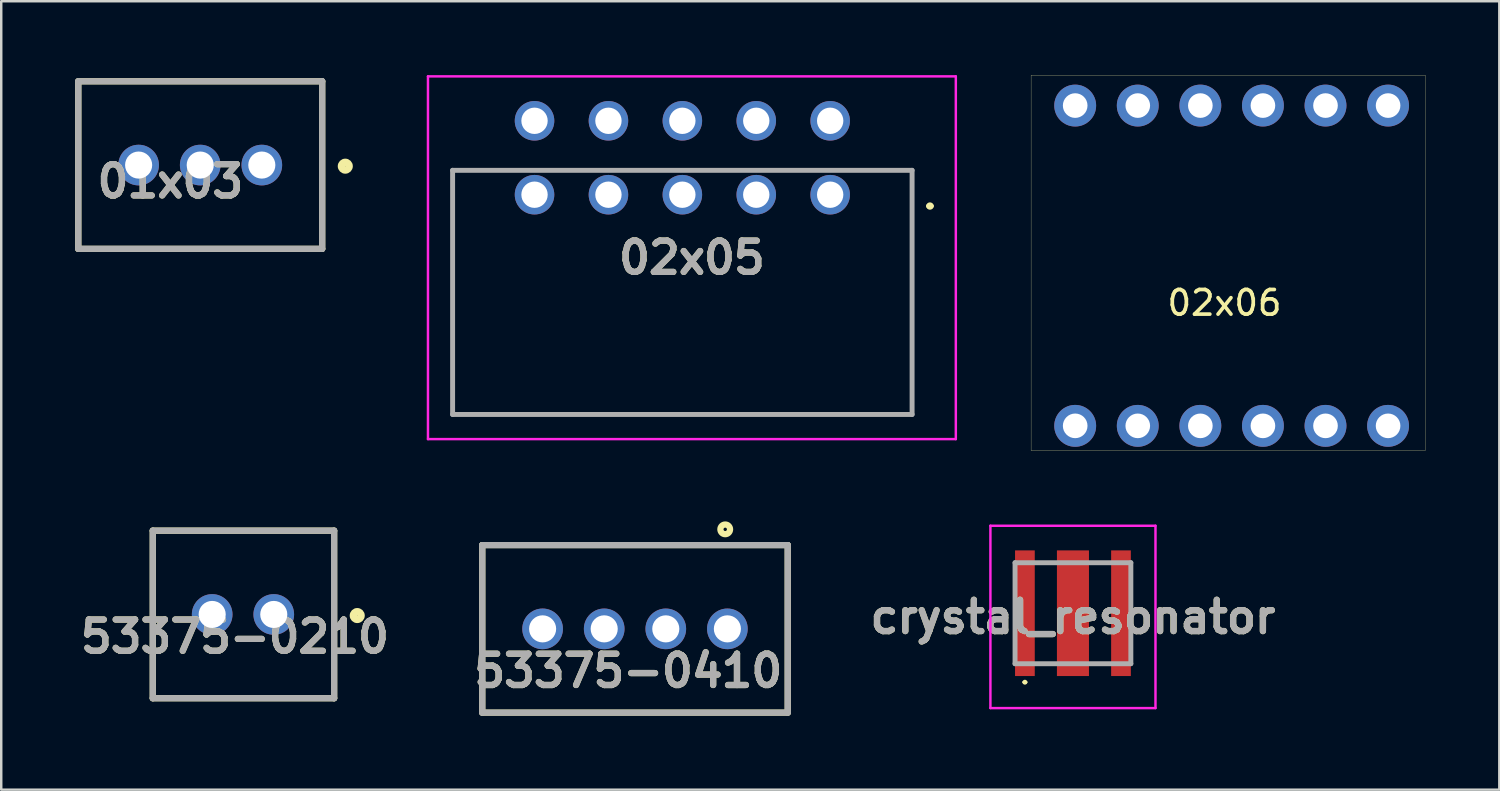
<source format=kicad_pcb>
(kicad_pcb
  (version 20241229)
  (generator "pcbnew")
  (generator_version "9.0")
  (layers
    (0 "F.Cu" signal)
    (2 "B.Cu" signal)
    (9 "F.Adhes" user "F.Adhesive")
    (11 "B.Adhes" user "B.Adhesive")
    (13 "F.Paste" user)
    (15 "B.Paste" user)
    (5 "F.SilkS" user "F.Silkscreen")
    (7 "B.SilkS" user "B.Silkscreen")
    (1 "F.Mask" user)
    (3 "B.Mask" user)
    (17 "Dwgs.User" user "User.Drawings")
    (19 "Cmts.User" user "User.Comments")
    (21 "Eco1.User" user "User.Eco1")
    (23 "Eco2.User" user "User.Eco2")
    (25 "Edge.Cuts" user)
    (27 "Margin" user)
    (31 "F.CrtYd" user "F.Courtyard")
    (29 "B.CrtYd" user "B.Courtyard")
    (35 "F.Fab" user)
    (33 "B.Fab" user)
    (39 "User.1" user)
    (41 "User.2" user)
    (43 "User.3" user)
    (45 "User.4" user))
  (footprint "crystal_resonator"
    (layer "F.Cu")
    (at 40.5 21.84)
    (property "Reference" "crystal_resonator" (at 0 0.15 0) (layer "F.SilkS") (effects (font (size 1.27 1.27) (thickness 0.254))))
    (attr smd)
    (fp_line (start -2 2.8) (end -2 2.8) (stroke (width 0.1) (type solid)) (layer "F.SilkS"))
    (fp_line (start -1.9 2.8) (end -1.9 2.8) (stroke (width 0.1) (type solid)) (layer "F.SilkS"))
    (fp_line (start -1.4 -2.05) (end -0.8 -2.05) (stroke (width 0.1) (type solid)) (layer "F.SilkS"))
    (fp_line (start -1.4 2.05) (end -0.8 2.05) (stroke (width 0.1) (type solid)) (layer "F.SilkS"))
    (fp_line (start 0.8 -2.05) (end 1.4 -2.05) (stroke (width 0.1) (type solid)) (layer "F.SilkS"))
    (fp_line (start 0.8 2.05) (end 1.4 2.05) (stroke (width 0.1) (type solid)) (layer "F.SilkS"))
    (fp_arc (start -2 2.8) (mid -1.95 2.75) (end -1.9 2.8) (stroke (width 0.1) (type solid)) (layer "F.SilkS"))
    (fp_arc (start -1.9 2.8) (mid -1.95 2.85) (end -2 2.8) (stroke (width 0.1) (type solid)) (layer "F.SilkS"))
    (fp_line (start -3.35 -3.55) (end 3.35 -3.55) (stroke (width 0.1) (type solid)) (layer "F.CrtYd"))
    (fp_line (start -3.35 3.85) (end -3.35 -3.55) (stroke (width 0.1) (type solid)) (layer "F.CrtYd"))
    (fp_line (start 3.35 -3.55) (end 3.35 3.85) (stroke (width 0.1) (type solid)) (layer "F.CrtYd"))
    (fp_line (start 3.35 3.85) (end -3.35 3.85) (stroke (width 0.1) (type solid)) (layer "F.CrtYd"))
    (fp_line (start -2.35 -2.05) (end 2.35 -2.05) (stroke (width 0.2) (type solid)) (layer "F.Fab"))
    (fp_line (start -2.35 2.05) (end -2.35 -2.05) (stroke (width 0.2) (type solid)) (layer "F.Fab"))
    (fp_line (start 2.35 -2.05) (end 2.35 2.05) (stroke (width 0.2) (type solid)) (layer "F.Fab"))
    (fp_line (start 2.35 2.05) (end -2.35 2.05) (stroke (width 0.2) (type solid)) (layer "F.Fab"))
    (fp_text user "${REFERENCE}" (at 0 0.15 0) (layer "F.Fab") (effects (font (size 1.27 1.27) (thickness 0.254))))
    (pad "1" smd rect (at -1.95 0) (size 0.8 5.1) (layers "F.Cu" "F.Mask" "F.Paste"))
    (pad "2" smd rect (at 0 0) (size 1.3 5.1) (layers "F.Cu" "F.Mask" "F.Paste"))
    (pad "3" smd rect (at 1.95 0) (size 0.8 5.1) (layers "F.Cu" "F.Mask" "F.Paste")))
  (footprint "02x05"
    (layer "F.Cu")
    (at 30.646 4.853)
    (property "Reference" "02x05" (at -5.612 2.559 0) (layer "F.SilkS") (effects (font (size 1.27 1.27) (thickness 0.254))))
    (attr through_hole)
    (fp_line (start -15.325 -0.99) (end -15.325 8.92) (stroke (width 0.1) (type solid)) (layer "F.SilkS"))
    (fp_line (start -15.325 8.92) (end 3.325 8.92) (stroke (width 0.1) (type solid)) (layer "F.SilkS"))
    (fp_line (start 3.325 8.92) (end 3.325 -0.99) (stroke (width 0.1) (type solid)) (layer "F.SilkS"))
    (fp_line (start 4 0.46) (end 4 0.46) (stroke (width 0.2) (type solid)) (layer "F.SilkS"))
    (fp_line (start 4.1 0.46) (end 4.1 0.46) (stroke (width 0.2) (type solid)) (layer "F.SilkS"))
    (fp_arc (start 4 0.46) (mid 4.05 0.41) (end 4.1 0.46) (stroke (width 0.2) (type solid)) (layer "F.SilkS"))
    (fp_arc (start 4.1 0.46) (mid 4.05 0.51) (end 4 0.46) (stroke (width 0.2) (type solid)) (layer "F.SilkS"))
    (fp_line (start -16.325 -4.803) (end 5.1 -4.803) (stroke (width 0.1) (type solid)) (layer "F.CrtYd"))
    (fp_line (start -16.325 9.92) (end -16.325 -4.803) (stroke (width 0.1) (type solid)) (layer "F.CrtYd"))
    (fp_line (start 5.1 -4.803) (end 5.1 9.92) (stroke (width 0.1) (type solid)) (layer "F.CrtYd"))
    (fp_line (start 5.1 9.92) (end -16.325 9.92) (stroke (width 0.1) (type solid)) (layer "F.CrtYd"))
    (fp_line (start -15.325 -0.99) (end 3.325 -0.99) (stroke (width 0.2) (type solid)) (layer "F.Fab"))
    (fp_line (start -15.325 8.92) (end -15.325 -0.99) (stroke (width 0.2) (type solid)) (layer "F.Fab"))
    (fp_line (start 3.325 -0.99) (end 3.325 8.92) (stroke (width 0.2) (type solid)) (layer "F.Fab"))
    (fp_line (start 3.325 8.92) (end -15.325 8.92) (stroke (width 0.2) (type solid)) (layer "F.Fab"))
    (fp_text user "${REFERENCE}" (at -5.612 2.559 0) (layer "F.Fab") (effects (font (size 1.27 1.27) (thickness 0.254))))
    (pad "" np_thru_hole circle (at -9.85 4.32) (size 0.001 0.001) (drill 3.05) (layers "*.Cu" "*.Mask"))
    (pad "" np_thru_hole circle (at -2.15 4.32) (size 0.001 0.001) (drill 3.05) (layers "*.Cu" "*.Mask"))
    (pad "1" thru_hole circle (at 0 0) (size 1.605 1.605) (drill 1.07) (layers "*.Cu" "*.Mask"))
    (pad "2" thru_hole circle (at -3 0) (size 1.605 1.605) (drill 1.07) (layers "*.Cu" "*.Mask"))
    (pad "3" thru_hole circle (at -6 0) (size 1.605 1.605) (drill 1.07) (layers "*.Cu" "*.Mask"))
    (pad "4" thru_hole circle (at -9 0) (size 1.605 1.605) (drill 1.07) (layers "*.Cu" "*.Mask"))
    (pad "5" thru_hole circle (at -12 0) (size 1.605 1.605) (drill 1.07) (layers "*.Cu" "*.Mask"))
    (pad "6" thru_hole circle (at 0 -3) (size 1.605 1.605) (drill 1.07) (layers "*.Cu" "*.Mask"))
    (pad "7" thru_hole circle (at -3 -3) (size 1.605 1.605) (drill 1.07) (layers "*.Cu" "*.Mask"))
    (pad "8" thru_hole circle (at -6 -3) (size 1.605 1.605) (drill 1.07) (layers "*.Cu" "*.Mask"))
    (pad "9" thru_hole circle (at -9 -3) (size 1.605 1.605) (drill 1.07) (layers "*.Cu" "*.Mask"))
    (pad "10" thru_hole circle (at -12 -3) (size 1.605 1.605) (drill 1.07) (layers "*.Cu" "*.Mask")))
  (footprint "53375-0410"
    (layer "F.Cu")
    (at 22.724 19.075)
    (property "Reference" "53375-0410" (at -0.275 5.104 0) (layer "F.SilkS") (effects (font (size 1.27 1.27) (thickness 0.254))))
    (attr through_hole)
    (fp_line (start -6.2 0) (end -6.2 6.8) (stroke (width 0.254) (type solid)) (layer "F.SilkS"))
    (fp_line (start -6.2 6.8) (end 6.2 6.8) (stroke (width 0.254) (type solid)) (layer "F.SilkS"))
    (fp_line (start 6.2 0) (end -6.2 0) (stroke (width 0.254) (type solid)) (layer "F.SilkS"))
    (fp_line (start 6.2 6.8) (end 6.2 0) (stroke (width 0.254) (type solid)) (layer "F.SilkS"))
    (fp_circle (center 3.662 -0.639) (end 3.662 -0.57) (stroke (width 0.254) (type solid)) (fill no) (layer "F.SilkS"))
    (fp_line (start -6.2 0) (end 6.2 0) (stroke (width 0.254) (type solid)) (layer "F.Fab"))
    (fp_line (start -6.2 6.8) (end -6.2 0) (stroke (width 0.254) (type solid)) (layer "F.Fab"))
    (fp_line (start 6.2 0) (end 6.2 6.8) (stroke (width 0.254) (type solid)) (layer "F.Fab"))
    (fp_line (start 6.2 6.8) (end -6.2 6.8) (stroke (width 0.254) (type solid)) (layer "F.Fab"))
    (fp_text user "${REFERENCE}" (at -0.275 5.104 0) (layer "F.Fab") (effects (font (size 1.27 1.27) (thickness 0.254))))
    (pad "" np_thru_hole circle (at 5.35 5.6) (size 0.001 0.001) (drill 1.25) (layers "*.Cu" "*.Mask"))
    (pad "1" thru_hole circle (at 3.75 3.4) (size 1.65 1.65) (drill 1.1) (layers "*.Cu" "*.Mask"))
    (pad "2" thru_hole circle (at 1.25 3.4) (size 1.65 1.65) (drill 1.1) (layers "*.Cu" "*.Mask"))
    (pad "3" thru_hole circle (at -1.25 3.4) (size 1.65 1.65) (drill 1.1) (layers "*.Cu" "*.Mask"))
    (pad "4" thru_hole circle (at -3.75 3.4) (size 1.65 1.65) (drill 1.1) (layers "*.Cu" "*.Mask")))
  (footprint "01x03"
    (layer "F.Cu")
    (at 5.077 0.25)
    (property "Reference" "01x03" (at -1.213 4.058 0) (layer "F.SilkS") (effects (font (size 1.27 1.27) (thickness 0.254))))
    (attr through_hole)
    (fp_line (start -4.95 0) (end -4.95 6.8) (stroke (width 0.254) (type solid)) (layer "F.SilkS"))
    (fp_line (start -4.95 6.8) (end 4.95 6.8) (stroke (width 0.254) (type solid)) (layer "F.SilkS"))
    (fp_line (start 4.95 0) (end -4.95 0) (stroke (width 0.254) (type solid)) (layer "F.SilkS"))
    (fp_line (start 4.95 6.8) (end 4.95 0) (stroke (width 0.254) (type solid)) (layer "F.SilkS"))
    (fp_circle (center 5.888 3.445) (end 5.888 3.601) (stroke (width 0.3) (type solid)) (fill no) (layer "F.SilkS"))
    (fp_line (start -4.95 0) (end 4.95 0) (stroke (width 0.254) (type solid)) (layer "F.Fab"))
    (fp_line (start -4.95 6.8) (end -4.95 0) (stroke (width 0.254) (type solid)) (layer "F.Fab"))
    (fp_line (start 4.95 0) (end 4.95 6.8) (stroke (width 0.254) (type solid)) (layer "F.Fab"))
    (fp_line (start 4.95 6.8) (end -4.95 6.8) (stroke (width 0.254) (type solid)) (layer "F.Fab"))
    (fp_text user "${REFERENCE}" (at -1.213 4.058 0) (layer "F.Fab") (effects (font (size 1.27 1.27) (thickness 0.254))))
    (pad "" np_thru_hole circle (at 4.1 5.6) (size 0.001 0.001) (drill 1.25) (layers "*.Cu" "*.Mask"))
    (pad "1" thru_hole circle (at 2.5 3.4) (size 1.65 1.65) (drill 1.1) (layers "*.Cu" "*.Mask"))
    (pad "2" thru_hole circle (at 0 3.4) (size 1.65 1.65) (drill 1.1) (layers "*.Cu" "*.Mask"))
    (pad "3" thru_hole circle (at -2.5 3.4) (size 1.65 1.65) (drill 1.1) (layers "*.Cu" "*.Mask")))
  (footprint "02x06"
    (layer "F.Cu")
    (at 40.591 1.235)
    (property "Reference" "02x06" (at 6.06 8.01 0) (layer "F.SilkS") (effects (font (size 1 1) (thickness 0.15))))
    (attr through_hole)
    (fp_line (start -1.79 -1.23) (end -1.79 14) (stroke (width 0.01) (type solid)) (layer "F.SilkS"))
    (fp_line (start -1.79 -1.23) (end 14.21 -1.23) (stroke (width 0.01) (type solid)) (layer "F.SilkS"))
    (fp_line (start -1.79 14) (end 14.21 14) (stroke (width 0.01) (type solid)) (layer "F.SilkS"))
    (fp_line (start 14.21 14) (end 14.21 -1.23) (stroke (width 0.01) (type solid)) (layer "F.SilkS"))
    (pad "1" thru_hole circle (at 0 0) (size 1.7 1.7) (drill 1) (layers "*.Cu" "*.Mask"))
    (pad "2" thru_hole circle (at 2.54 0) (size 1.7 1.7) (drill 1) (layers "*.Cu" "*.Mask"))
    (pad "3" thru_hole circle (at 5.08 0) (size 1.7 1.7) (drill 1) (layers "*.Cu" "*.Mask"))
    (pad "4" thru_hole circle (at 7.62 0) (size 1.7 1.7) (drill 1) (layers "*.Cu" "*.Mask"))
    (pad "5" thru_hole circle (at 10.16 0) (size 1.7 1.7) (drill 1) (layers "*.Cu" "*.Mask"))
    (pad "6" thru_hole circle (at 12.7 0) (size 1.7 1.7) (drill 1) (layers "*.Cu" "*.Mask"))
    (pad "7" thru_hole circle (at 0 13) (size 1.7 1.7) (drill 1) (layers "*.Cu" "*.Mask"))
    (pad "8" thru_hole circle (at 2.54 13) (size 1.7 1.7) (drill 1) (layers "*.Cu" "*.Mask"))
    (pad "9" thru_hole circle (at 5.08 13) (size 1.7 1.7) (drill 1) (layers "*.Cu" "*.Mask"))
    (pad "10" thru_hole circle (at 7.62 13) (size 1.7 1.7) (drill 1) (layers "*.Cu" "*.Mask"))
    (pad "11" thru_hole circle (at 10.16 13) (size 1.7 1.7) (drill 1) (layers "*.Cu" "*.Mask"))
    (pad "12" thru_hole circle (at 12.7 13) (size 1.7 1.7) (drill 1) (layers "*.Cu" "*.Mask")))
  (footprint "53375-0210"
    (layer "F.Cu")
    (at 6.832 18.49)
    (property "Reference" "53375-0210" (at -0.348 4.302 0) (layer "F.SilkS") (effects (font (size 1.27 1.27) (thickness 0.254))))
    (attr through_hole)
    (fp_line (start -3.68 0) (end -3.68 6.8) (stroke (width 0.254) (type solid)) (layer "F.SilkS"))
    (fp_line (start -3.68 6.8) (end 3.68 6.8) (stroke (width 0.254) (type solid)) (layer "F.SilkS"))
    (fp_line (start 3.68 0) (end -3.68 0) (stroke (width 0.254) (type solid)) (layer "F.SilkS"))
    (fp_line (start 3.68 6.8) (end 3.68 0) (stroke (width 0.254) (type solid)) (layer "F.SilkS"))
    (fp_circle (center 4.618 3.445) (end 4.618 3.601) (stroke (width 0.3) (type solid)) (fill no) (layer "F.SilkS"))
    (fp_line (start -3.68 0) (end 3.68 0) (stroke (width 0.254) (type solid)) (layer "F.Fab"))
    (fp_line (start -3.68 6.8) (end -3.68 0) (stroke (width 0.254) (type solid)) (layer "F.Fab"))
    (fp_line (start 3.68 0) (end 3.68 6.8) (stroke (width 0.254) (type solid)) (layer "F.Fab"))
    (fp_line (start 3.68 6.8) (end -3.68 6.8) (stroke (width 0.254) (type solid)) (layer "F.Fab"))
    (fp_text user "${REFERENCE}" (at -0.348 4.302 0) (layer "F.Fab") (effects (font (size 1.27 1.27) (thickness 0.254))))
    (pad "" np_thru_hole circle (at 2.83 5.6) (size 0.001 0.001) (drill 1.25) (layers "*.Cu" "*.Mask"))
    (pad "1" thru_hole circle (at 1.23 3.4) (size 1.65 1.65) (drill 1.1) (layers "*.Cu" "*.Mask"))
    (pad "2" thru_hole circle (at -1.27 3.4) (size 1.65 1.65) (drill 1.1) (layers "*.Cu" "*.Mask")))
  (gr_rect
    (start -3 -3)
    (end 57.806 29.002)
    (stroke (width 0.1) (type default))
    (fill no)
    (layer "Edge.Cuts")))
</source>
